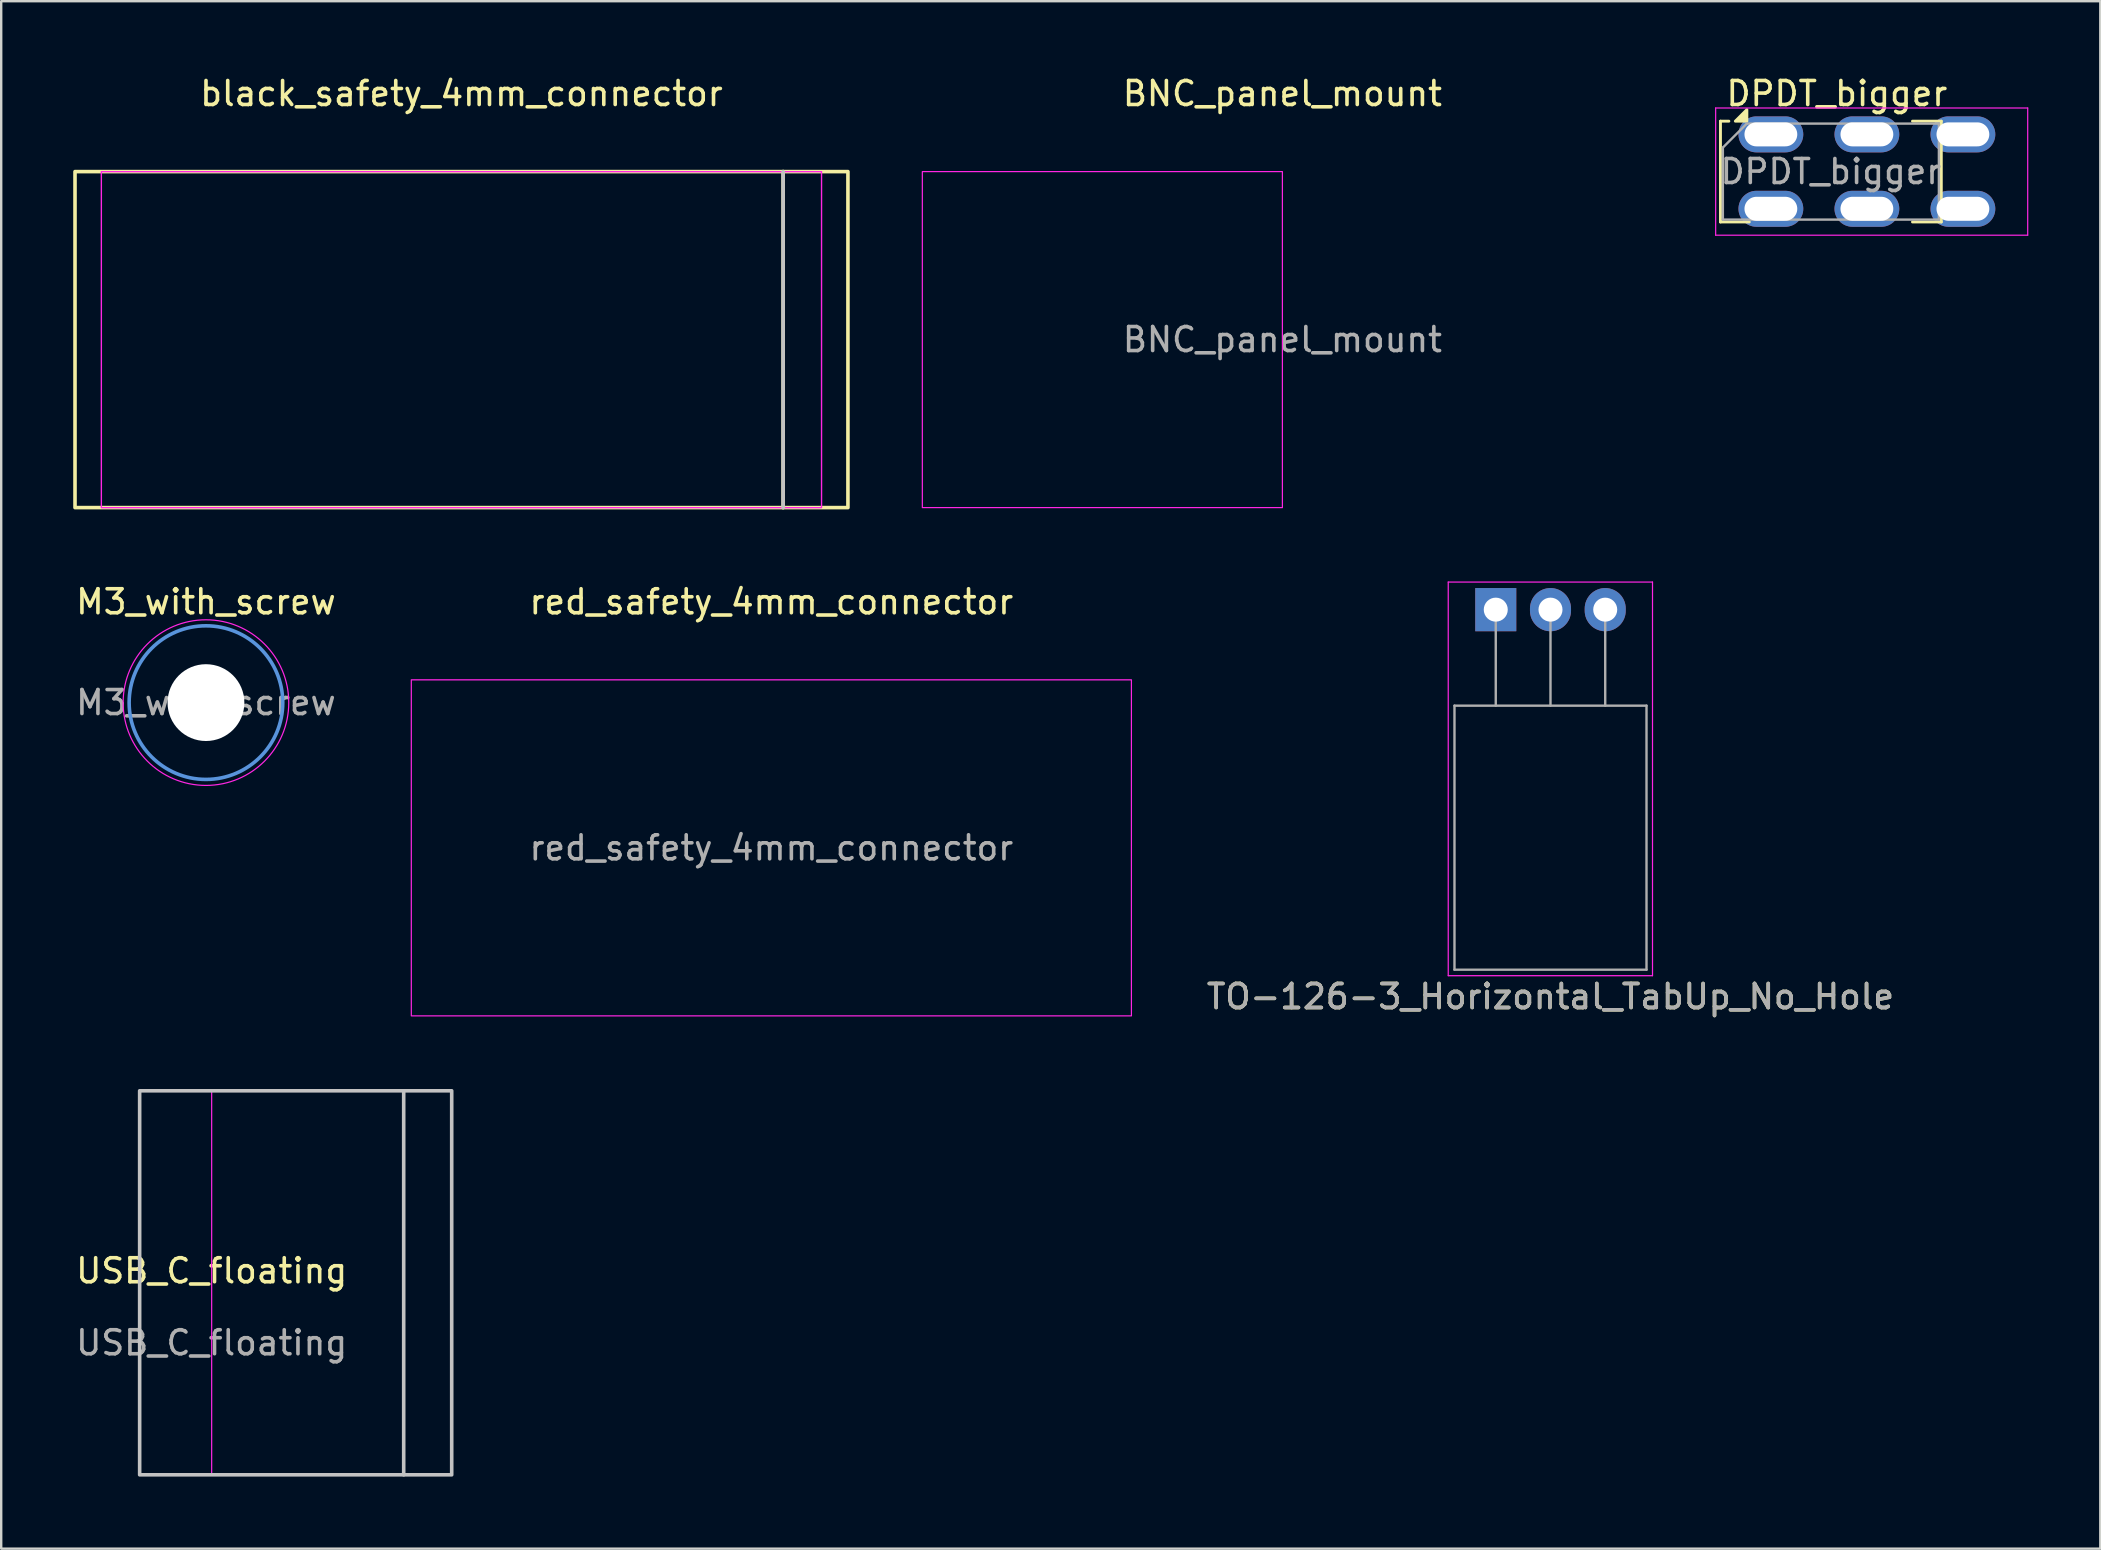
<source format=kicad_pcb>
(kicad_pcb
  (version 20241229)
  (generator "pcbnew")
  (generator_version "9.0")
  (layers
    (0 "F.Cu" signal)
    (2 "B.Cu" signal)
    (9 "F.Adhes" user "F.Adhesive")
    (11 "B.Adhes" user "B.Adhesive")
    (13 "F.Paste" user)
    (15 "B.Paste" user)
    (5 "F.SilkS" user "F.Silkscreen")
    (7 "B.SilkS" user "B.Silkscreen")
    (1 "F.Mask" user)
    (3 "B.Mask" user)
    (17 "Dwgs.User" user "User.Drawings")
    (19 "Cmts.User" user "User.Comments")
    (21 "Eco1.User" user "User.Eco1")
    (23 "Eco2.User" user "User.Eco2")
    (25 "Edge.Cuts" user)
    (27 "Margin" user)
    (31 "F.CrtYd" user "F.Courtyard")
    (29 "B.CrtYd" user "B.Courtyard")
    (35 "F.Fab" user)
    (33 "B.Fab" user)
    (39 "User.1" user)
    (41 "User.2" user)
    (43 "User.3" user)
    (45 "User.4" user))
  (footprint "USB_C_floating"
    (layer "F.Cu")
    (at 5.768 50.392)
    (property "Reference" "USB_C_floating" (at 0 -0.5 0) (unlocked yes) (layer "F.SilkS") (effects (font (size 1 1) (thickness 0.15))))
    (attr through_hole)
    (fp_line (start 8 -8) (end 8 8) (stroke (width 0.15) (type default)) (layer "Dwgs.User"))
    (fp_rect (start -3 -8) (end 10 8) (stroke (width 0.15) (type default)) (fill no) (layer "Dwgs.User"))
    (fp_rect (start 0 -8) (end 10 8) (stroke (width 0.05) (type default)) (fill no) (layer "F.CrtYd"))
    (fp_text user "${REFERENCE}" (at 0 2.5 0) (unlocked yes) (layer "F.Fab") (effects (font (size 1 1) (thickness 0.15)))))
  (footprint "red_safety_4mm_connector"
    (layer "F.Cu")
    (at 29.085 32.272)
    (property "Reference" "red_safety_4mm_connector" (at 0 -10.25 0) (layer "F.SilkS") (effects (font (size 1 1) (thickness 0.15))))
    (attr through_hole)
    (fp_rect (start 15 7) (end -15 -7) (stroke (width 0.05) (type solid)) (fill no) (layer "F.CrtYd"))
    (fp_text user "${REFERENCE}" (at 0 0 0) (layer "F.Fab") (effects (font (size 1 1) (thickness 0.15)))))
  (footprint "TO-126-3_Horizontal_TabUp_No_Hole"
    (layer "F.Cu")
    (at 59.264 22.348)
    (property "Reference" "TO-126-3_Horizontal_TabUp_No_Hole" (at 2.28 16.12 0) (layer "F.SilkS") (effects (font (size 1 1) (thickness 0.15))))
    (attr through_hole)
    (fp_line (start -1.98 -1.15) (end -1.98 15.25) (stroke (width 0.05) (type solid)) (layer "F.CrtYd"))
    (fp_line (start -1.98 15.25) (end 6.53 15.25) (stroke (width 0.05) (type solid)) (layer "F.CrtYd"))
    (fp_line (start 6.53 -1.15) (end -1.98 -1.15) (stroke (width 0.05) (type solid)) (layer "F.CrtYd"))
    (fp_line (start 6.53 15.25) (end 6.53 -1.15) (stroke (width 0.05) (type solid)) (layer "F.CrtYd"))
    (fp_line (start -1.72 4) (end -1.72 15) (stroke (width 0.1) (type solid)) (layer "F.Fab"))
    (fp_line (start -1.72 15) (end 6.28 15) (stroke (width 0.1) (type solid)) (layer "F.Fab"))
    (fp_line (start 0 4) (end 0 0) (stroke (width 0.1) (type solid)) (layer "F.Fab"))
    (fp_line (start 2.28 4) (end 2.28 0) (stroke (width 0.1) (type solid)) (layer "F.Fab"))
    (fp_line (start 4.56 4) (end 4.56 0) (stroke (width 0.1) (type solid)) (layer "F.Fab"))
    (fp_line (start 6.28 4) (end -1.72 4) (stroke (width 0.1) (type solid)) (layer "F.Fab"))
    (fp_line (start 6.28 15) (end 6.28 4) (stroke (width 0.1) (type solid)) (layer "F.Fab"))
    (fp_text user "${REFERENCE}" (at 2.28 16.12 0) (layer "F.Fab") (effects (font (size 1 1) (thickness 0.15))))
    (pad "1" thru_hole rect (at 0 0) (size 1.71 1.8) (drill 1) (layers "*.Cu" "*.Mask"))
    (pad "2" thru_hole oval (at 2.28 0) (size 1.71 1.8) (drill 1) (layers "*.Cu" "*.Mask"))
    (pad "3" thru_hole oval (at 4.56 0) (size 1.71 1.8) (drill 1) (layers "*.Cu" "*.Mask")))
  (footprint "DPDT_bigger"
    (layer "F.Cu")
    (at 70.725 2.448)
    (property "Reference" "DPDT_bigger" (at 2.75 -1.6 0) (layer "F.SilkS") (effects (font (size 1 1) (thickness 0.15))))
    (attr through_hole)
    (fp_line (start -2.1 -0.45) (end -2.1 3.75) (stroke (width 0.12) (type solid)) (layer "F.SilkS"))
    (fp_line (start -2.1 3.75) (end -0.9 3.75) (stroke (width 0.12) (type solid)) (layer "F.SilkS"))
    (fp_line (start -1.75 -0.45) (end -2.1 -0.45) (stroke (width 0.12) (type solid)) (layer "F.SilkS"))
    (fp_line (start 5.9 -0.45) (end 7.1 -0.45) (stroke (width 0.12) (type solid)) (layer "F.SilkS"))
    (fp_line (start 7.1 -0.45) (end 7.1 3.75) (stroke (width 0.12) (type solid)) (layer "F.SilkS"))
    (fp_line (start 7.1 3.75) (end 5.9 3.75) (stroke (width 0.12) (type solid)) (layer "F.SilkS"))
    (fp_poly (pts (xy -1 -0.45) (xy -1.48 -0.45) (xy -1 -0.93) (xy -1 -0.45)) (stroke (width 0.12) (type solid)) (fill yes) (layer "F.SilkS"))
    (fp_line (start -2.3 -1) (end 10.7 -1) (stroke (width 0.05) (type solid)) (layer "F.CrtYd"))
    (fp_line (start -2.3 4.3) (end -2.3 -1) (stroke (width 0.05) (type solid)) (layer "F.CrtYd"))
    (fp_line (start 10.7 -1) (end 10.7 4.3) (stroke (width 0.05) (type solid)) (layer "F.CrtYd"))
    (fp_line (start 10.7 4.3) (end -2.3 4.3) (stroke (width 0.05) (type solid)) (layer "F.CrtYd"))
    (fp_line (start -2 3.65) (end -2 0.65) (stroke (width 0.1) (type solid)) (layer "F.Fab"))
    (fp_line (start -1 -0.35) (end -2 0.65) (stroke (width 0.1) (type solid)) (layer "F.Fab"))
    (fp_line (start -1 -0.35) (end 7 -0.35) (stroke (width 0.1) (type solid)) (layer "F.Fab"))
    (fp_line (start 7 -0.35) (end 7 3.65) (stroke (width 0.1) (type solid)) (layer "F.Fab"))
    (fp_line (start 7 3.65) (end -2 3.65) (stroke (width 0.1) (type solid)) (layer "F.Fab"))
    (fp_text user "${REFERENCE}" (at 2.5 1.65 0) (layer "F.Fab") (effects (font (size 1 1) (thickness 0.15))))
    (pad "1" thru_hole oval (at 0 0.1) (size 2.7 1.5) (drill oval 2.2 1) (layers "*.Cu" "*.Mask"))
    (pad "2" thru_hole oval (at 4 0.1) (size 2.7 1.5) (drill oval 2.2 1) (layers "*.Cu" "*.Mask"))
    (pad "3" thru_hole oval (at 8 0.1) (size 2.7 1.5) (drill oval 2.2 1) (layers "*.Cu" "*.Mask"))
    (pad "4" thru_hole oval (at 8 3.2) (size 2.7 1.5) (drill oval 2.2 1) (layers "*.Cu" "*.Mask"))
    (pad "5" thru_hole oval (at 4 3.2) (size 2.7 1.5) (drill oval 2.2 1) (layers "*.Cu" "*.Mask"))
    (pad "6" thru_hole oval (at 0 3.2) (size 2.7 1.5) (drill oval 2.2 1) (layers "*.Cu" "*.Mask")))
  (footprint "BNC_panel_mount"
    (layer "F.Cu")
    (at 50.375 11.098)
    (property "Reference" "BNC_panel_mount" (at 0 -10.25 0) (layer "F.SilkS") (effects (font (size 1 1) (thickness 0.15))))
    (attr through_hole)
    (fp_rect (start 0 7) (end -15 -7) (stroke (width 0.05) (type solid)) (fill no) (layer "F.CrtYd"))
    (fp_rect (start 15 7) (end -15 -7) (stroke (width 0.05) (type solid)) (fill no) (layer "User.1"))
    (fp_text user "${REFERENCE}" (at 0 0 0) (layer "F.Fab") (effects (font (size 1 1) (thickness 0.15)))))
  (footprint "black_safety_4mm_connector"
    (layer "F.Cu")
    (at 16.175 11.098)
    (property "Reference" "black_safety_4mm_connector" (at 0 -10.25 0) (layer "F.SilkS") (effects (font (size 1 1) (thickness 0.15))))
    (attr through_hole)
    (fp_line (start 13.4 -7) (end 13.4 7) (stroke (width 0.15) (type default)) (layer "F.SilkS"))
    (fp_rect (start -16.1 -7) (end 16.1 7) (stroke (width 0.15) (type default)) (fill no) (layer "F.SilkS"))
    (fp_line (start 13.4 -7) (end 13.4 7) (stroke (width 0.15) (type default)) (layer "Dwgs.User"))
    (fp_rect (start 15 7) (end -15 -7) (stroke (width 0.05) (type solid)) (fill no) (layer "F.CrtYd"))
    (fp_rect (start 15 7) (end -15 -7) (stroke (width 0.05) (type solid)) (fill no) (layer "F.CrtYd")))
  (footprint "M3_with_screw"
    (layer "F.Cu")
    (at 5.53 26.221)
    (property "Reference" "M3_with_screw" (at 0 -4.2 0) (layer "F.SilkS") (effects (font (size 1 1) (thickness 0.15))))
    (attr exclude_from_pos_files exclude_from_bom)
    (fp_circle (center 0 0) (end 3.2 0) (stroke (width 0.15) (type solid)) (fill no) (layer "Cmts.User"))
    (fp_circle (center 0 0) (end 3.45 0) (stroke (width 0.05) (type solid)) (fill no) (layer "F.CrtYd"))
    (fp_text user "${REFERENCE}" (at 0 0 0) (layer "F.Fab") (effects (font (size 1 1) (thickness 0.15))))
    (pad "" np_thru_hole circle (at 0 0) (size 3.2 3.2) (drill 3.2) (layers "*.Cu" "*.Mask")))
  (gr_rect
    (start -3 -3)
    (end 84.45 61.467)
    (stroke (width 0.1) (type default))
    (fill no)
    (layer "Edge.Cuts")))
</source>
